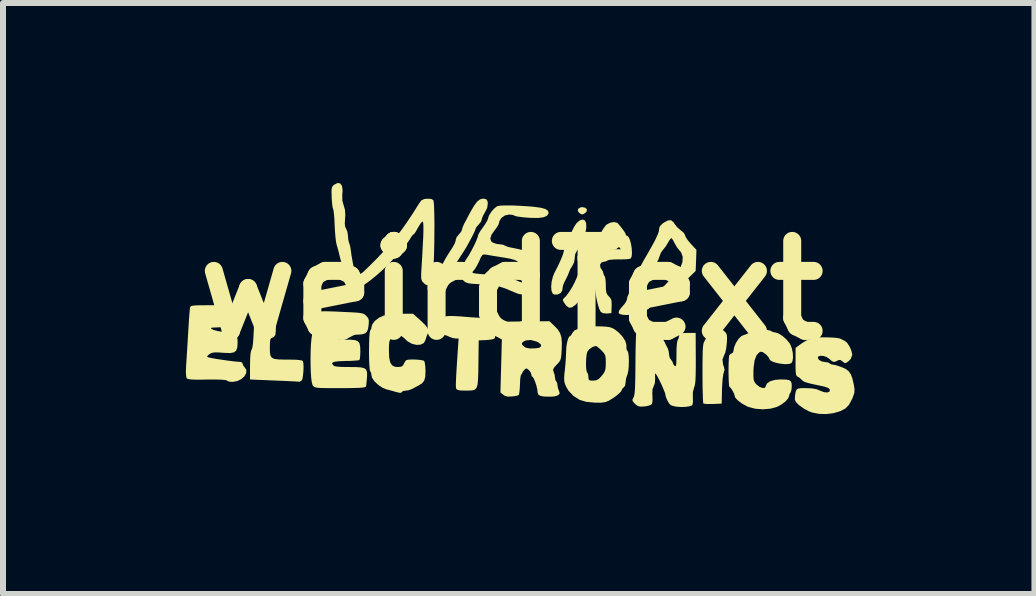
<source format=kicad_pcb>
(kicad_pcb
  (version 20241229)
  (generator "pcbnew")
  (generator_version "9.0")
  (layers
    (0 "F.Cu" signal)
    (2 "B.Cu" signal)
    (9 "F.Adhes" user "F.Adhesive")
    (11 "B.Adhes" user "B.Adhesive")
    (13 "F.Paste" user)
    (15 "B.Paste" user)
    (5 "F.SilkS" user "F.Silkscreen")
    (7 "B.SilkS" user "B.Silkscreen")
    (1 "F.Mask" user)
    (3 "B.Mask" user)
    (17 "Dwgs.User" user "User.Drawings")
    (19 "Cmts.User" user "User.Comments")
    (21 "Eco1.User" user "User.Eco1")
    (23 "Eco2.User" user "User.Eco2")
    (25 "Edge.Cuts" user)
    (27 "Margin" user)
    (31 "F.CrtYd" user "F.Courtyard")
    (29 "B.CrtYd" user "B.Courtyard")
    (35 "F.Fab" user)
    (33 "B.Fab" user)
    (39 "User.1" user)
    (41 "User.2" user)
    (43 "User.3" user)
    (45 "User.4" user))
  (footprint "weirdText"
    (layer "F.Cu")
    (at 5.479 1.788)
    (property "Reference" "weirdText" (at 0 0 0) (layer "F.SilkS") (effects (font (size 1.5 1.5) (thickness 0.3))))
    (attr board_only exclude_from_pos_files exclude_from_bom)
    (fp_poly (pts (xy 1.233 -1.373) (xy 1.257 -1.343) (xy 1.248 -1.307) (xy 1.229 -1.289) (xy 1.19 -1.265) (xy 1.16 -1.267) (xy 1.129 -1.287) (xy 1.103 -1.323) (xy 1.112 -1.358) (xy 1.15 -1.381) (xy 1.181 -1.385)) (stroke (width 0) (type solid)) (fill yes) (layer "F.SilkS"))
    (fp_poly (pts (xy 3.506 0.655) (xy 3.545 0.682) (xy 3.548 0.685) (xy 3.574 0.713) (xy 3.588 0.744) (xy 3.592 0.789) (xy 3.59 0.86) (xy 3.588 0.883) (xy 3.578 0.972) (xy 3.562 1.044) (xy 3.546 1.079) (xy 3.516 1.155) (xy 3.526 1.241) (xy 3.537 1.27) (xy 3.551 1.325) (xy 3.538 1.369) (xy 3.528 1.408) (xy 3.519 1.478) (xy 3.512 1.568) (xy 3.508 1.653) (xy 3.503 1.891) (xy 3.358 1.897) (xy 3.283 1.898) (xy 3.226 1.895) (xy 3.198 1.889) (xy 3.197 1.888) (xy 3.193 1.864) (xy 3.19 1.805) (xy 3.187 1.716) (xy 3.184 1.604) (xy 3.183 1.474) (xy 3.183 1.386) (xy 3.183 1.225) (xy 3.185 1.101) (xy 3.187 1.008) (xy 3.192 0.941) (xy 3.198 0.895) (xy 3.207 0.866) (xy 3.214 0.854) (xy 3.239 0.804) (xy 3.259 0.739) (xy 3.261 0.73) (xy 3.272 0.684) (xy 3.29 0.66) (xy 3.325 0.65) (xy 3.388 0.645) (xy 3.459 0.644)) (stroke (width 0) (type solid)) (fill yes) (layer "F.SilkS"))
    (fp_poly (pts (xy 1.224 -1.161) (xy 1.243 -1.117) (xy 1.246 -1.049) (xy 1.234 -0.973) (xy 1.21 -0.909) (xy 1.171 -0.83) (xy 1.145 -0.781) (xy 1.128 -0.755) (xy 1.117 -0.745) (xy 1.111 -0.744) (xy 1.099 -0.726) (xy 1.095 -0.694) (xy 1.088 -0.65) (xy 1.075 -0.63) (xy 1.061 -0.603) (xy 1.054 -0.552) (xy 1.054 -0.539) (xy 1.043 -0.467) (xy 1.016 -0.411) (xy 0.981 -0.356) (xy 0.962 -0.31) (xy 0.942 -0.259) (xy 0.912 -0.195) (xy 0.901 -0.176) (xy 0.874 -0.12) (xy 0.857 -0.077) (xy 0.855 -0.067) (xy 0.845 0.005) (xy 0.819 0.047) (xy 0.771 0.07) (xy 0.764 0.072) (xy 0.713 0.072) (xy 0.687 0.059) (xy 0.666 0.013) (xy 0.66 -0.058) (xy 0.668 -0.142) (xy 0.689 -0.227) (xy 0.712 -0.284) (xy 0.775 -0.408) (xy 0.823 -0.512) (xy 0.854 -0.59) (xy 0.868 -0.639) (xy 0.868 -0.644) (xy 0.877 -0.683) (xy 0.903 -0.753) (xy 0.944 -0.848) (xy 0.996 -0.962) (xy 1.041 -1.054) (xy 1.086 -1.121) (xy 1.137 -1.164) (xy 1.187 -1.178)) (stroke (width 0) (type solid)) (fill yes) (layer "F.SilkS"))
    (fp_poly (pts (xy -0.958 0.431) (xy -0.871 0.436) (xy -0.858 0.437) (xy -0.758 0.445) (xy -0.639 0.454) (xy -0.521 0.461) (xy -0.487 0.463) (xy -0.389 0.471) (xy -0.316 0.481) (xy -0.274 0.493) (xy -0.267 0.498) (xy -0.262 0.529) (xy -0.261 0.587) (xy -0.263 0.658) (xy -0.268 0.728) (xy -0.276 0.784) (xy -0.28 0.8) (xy -0.304 0.815) (xy -0.362 0.826) (xy -0.417 0.831) (xy -0.548 0.837) (xy -0.553 1.23) (xy -0.555 1.376) (xy -0.559 1.486) (xy -0.566 1.565) (xy -0.58 1.618) (xy -0.602 1.65) (xy -0.636 1.667) (xy -0.684 1.673) (xy -0.748 1.674) (xy -0.769 1.674) (xy -0.85 1.672) (xy -0.897 1.664) (xy -0.92 1.648) (xy -0.923 1.642) (xy -0.927 1.626) (xy -0.929 1.598) (xy -0.929 1.554) (xy -0.926 1.49) (xy -0.922 1.4) (xy -0.915 1.282) (xy -0.905 1.129) (xy -0.897 1.008) (xy -0.883 0.806) (xy -0.932 0.806) (xy -0.987 0.796) (xy -1.041 0.775) (xy -1.091 0.753) (xy -1.128 0.744) (xy -1.128 0.744) (xy -1.156 0.725) (xy -1.169 0.672) (xy -1.167 0.588) (xy -1.162 0.548) (xy -1.15 0.486) (xy -1.134 0.453) (xy -1.105 0.438) (xy -1.085 0.434) (xy -1.034 0.43)) (stroke (width 0) (type solid)) (fill yes) (layer "F.SilkS"))
    (fp_poly (pts (xy -4.048 0.218) (xy -3.987 0.235) (xy -3.957 0.255) (xy -3.948 0.288) (xy -3.94 0.351) (xy -3.934 0.434) (xy -3.93 0.525) (xy -3.93 0.614) (xy -3.932 0.689) (xy -3.938 0.741) (xy -3.939 0.747) (xy -3.965 0.78) (xy -3.989 0.792) (xy -4.01 0.802) (xy -4.023 0.824) (xy -4.028 0.869) (xy -4.03 0.944) (xy -4.03 0.958) (xy -4.029 1.035) (xy -4.02 1.089) (xy -3.999 1.124) (xy -3.958 1.145) (xy -3.892 1.154) (xy -3.795 1.157) (xy -3.723 1.157) (xy -3.608 1.159) (xy -3.532 1.165) (xy -3.489 1.175) (xy -3.479 1.183) (xy -3.471 1.22) (xy -3.468 1.283) (xy -3.471 1.358) (xy -3.478 1.429) (xy -3.488 1.484) (xy -3.497 1.503) (xy -3.529 1.524) (xy -3.542 1.526) (xy -3.569 1.524) (xy -3.631 1.52) (xy -3.719 1.516) (xy -3.826 1.511) (xy -3.906 1.508) (xy -4.025 1.503) (xy -4.133 1.498) (xy -4.222 1.495) (xy -4.283 1.492) (xy -4.304 1.491) (xy -4.361 1.488) (xy -4.361 1.254) (xy -4.358 1.132) (xy -4.351 1.047) (xy -4.34 1.001) (xy -4.336 0.996) (xy -4.323 0.963) (xy -4.312 0.892) (xy -4.304 0.789) (xy -4.297 0.657) (xy -4.294 0.5) (xy -4.293 0.42) (xy -4.292 0.336) (xy -4.287 0.283) (xy -4.277 0.252) (xy -4.258 0.234) (xy -4.245 0.226) (xy -4.192 0.212) (xy -4.121 0.209)) (stroke (width 0) (type solid)) (fill yes) (layer "F.SilkS"))
    (fp_poly (pts (xy 0.705 0.587) (xy 0.768 0.652) (xy 0.808 0.714) (xy 0.83 0.784) (xy 0.838 0.874) (xy 0.836 0.975) (xy 0.831 1.066) (xy 0.824 1.126) (xy 0.812 1.167) (xy 0.791 1.201) (xy 0.757 1.237) (xy 0.752 1.242) (xy 0.709 1.29) (xy 0.692 1.323) (xy 0.697 1.352) (xy 0.701 1.36) (xy 0.719 1.416) (xy 0.723 1.454) (xy 0.731 1.499) (xy 0.744 1.519) (xy 0.76 1.548) (xy 0.765 1.583) (xy 0.775 1.64) (xy 0.789 1.673) (xy 0.802 1.719) (xy 0.777 1.752) (xy 0.715 1.771) (xy 0.655 1.775) (xy 0.553 1.774) (xy 0.486 1.764) (xy 0.449 1.744) (xy 0.435 1.713) (xy 0.434 1.702) (xy 0.428 1.652) (xy 0.413 1.589) (xy 0.392 1.526) (xy 0.371 1.475) (xy 0.353 1.448) (xy 0.349 1.447) (xy 0.334 1.43) (xy 0.331 1.409) (xy 0.316 1.367) (xy 0.287 1.331) (xy 0.257 1.307) (xy 0.235 1.308) (xy 0.206 1.336) (xy 0.194 1.35) (xy 0.152 1.426) (xy 0.143 1.494) (xy 0.138 1.614) (xy 0.131 1.696) (xy 0.123 1.74) (xy 0.117 1.749) (xy 0.091 1.759) (xy 0.038 1.768) (xy 0.005 1.772) (xy -0.067 1.774) (xy -0.117 1.759) (xy -0.139 1.743) (xy -0.186 1.705) (xy -0.17 1.116) (xy -0.164 0.882) (xy 0.171 0.882) (xy 0.174 0.903) (xy 0.196 0.93) (xy 0.238 0.959) (xy 0.302 0.971) (xy 0.332 0.971) (xy 0.398 0.969) (xy 0.45 0.962) (xy 0.463 0.959) (xy 0.493 0.934) (xy 0.487 0.903) (xy 0.446 0.87) (xy 0.421 0.858) (xy 0.322 0.83) (xy 0.239 0.837) (xy 0.198 0.858) (xy 0.171 0.882) (xy -0.164 0.882) (xy -0.155 0.527) (xy 0.238 0.522) (xy 0.63 0.517)) (stroke (width 0) (type solid)) (fill yes) (layer "F.SilkS"))
    (fp_poly (pts (xy -1.513 0.509) (xy -1.441 0.579) (xy -1.4 0.633) (xy -1.387 0.679) (xy -1.397 0.725) (xy -1.404 0.739) (xy -1.423 0.787) (xy -1.435 0.83) (xy -1.463 0.881) (xy -1.516 0.908) (xy -1.585 0.912) (xy -1.66 0.894) (xy -1.733 0.854) (xy -1.794 0.796) (xy -1.851 0.753) (xy -1.917 0.746) (xy -1.982 0.774) (xy -2.001 0.792) (xy -2.024 0.821) (xy -2.037 0.857) (xy -2.044 0.911) (xy -2.045 0.993) (xy -2.045 1.014) (xy -2.04 1.127) (xy -2.023 1.205) (xy -1.992 1.253) (xy -1.944 1.277) (xy -1.892 1.281) (xy -1.838 1.275) (xy -1.808 1.252) (xy -1.799 1.232) (xy -1.775 1.188) (xy -1.755 1.166) (xy -1.718 1.158) (xy -1.657 1.155) (xy -1.586 1.157) (xy -1.519 1.163) (xy -1.471 1.173) (xy -1.457 1.18) (xy -1.447 1.21) (xy -1.439 1.268) (xy -1.435 1.343) (xy -1.435 1.347) (xy -1.439 1.443) (xy -1.457 1.509) (xy -1.495 1.555) (xy -1.557 1.593) (xy -1.56 1.594) (xy -1.61 1.62) (xy -1.653 1.644) (xy -1.713 1.667) (xy -1.761 1.674) (xy -1.806 1.681) (xy -1.829 1.695) (xy -1.84 1.709) (xy -1.858 1.712) (xy -1.894 1.705) (xy -1.943 1.692) (xy -2.017 1.671) (xy -2.088 1.653) (xy -2.159 1.623) (xy -2.229 1.574) (xy -2.288 1.517) (xy -2.327 1.459) (xy -2.335 1.424) (xy -2.342 1.377) (xy -2.356 1.354) (xy -2.364 1.329) (xy -2.37 1.267) (xy -2.375 1.175) (xy -2.377 1.057) (xy -2.377 1.013) (xy -2.375 0.887) (xy -2.372 0.785) (xy -2.366 0.713) (xy -2.359 0.676) (xy -2.356 0.672) (xy -2.34 0.643) (xy -2.335 0.612) (xy -2.321 0.568) (xy -2.285 0.519) (xy -2.279 0.512) (xy -2.211 0.459) (xy -2.133 0.424) (xy -2.037 0.402) (xy -1.913 0.393) (xy -1.852 0.393) (xy -1.642 0.393)) (stroke (width 0) (type solid)) (fill yes) (layer "F.SilkS"))
    (fp_poly (pts (xy -3.021 0.353) (xy -2.895 0.358) (xy -2.813 0.362) (xy -2.686 0.368) (xy -2.595 0.373) (xy -2.531 0.379) (xy -2.488 0.388) (xy -2.458 0.399) (xy -2.436 0.415) (xy -2.422 0.428) (xy -2.392 0.463) (xy -2.38 0.501) (xy -2.381 0.556) (xy -2.384 0.586) (xy -2.394 0.649) (xy -2.412 0.693) (xy -2.443 0.721) (xy -2.495 0.736) (xy -2.574 0.742) (xy -2.688 0.741) (xy -2.701 0.741) (xy -2.796 0.74) (xy -2.874 0.741) (xy -2.928 0.745) (xy -2.947 0.75) (xy -2.947 0.774) (xy -2.934 0.797) (xy -2.896 0.819) (xy -2.827 0.827) (xy -2.802 0.826) (xy -2.689 0.825) (xy -2.612 0.832) (xy -2.563 0.851) (xy -2.535 0.887) (xy -2.524 0.945) (xy -2.521 1.023) (xy -2.524 1.093) (xy -2.53 1.144) (xy -2.538 1.165) (xy -2.565 1.17) (xy -2.623 1.175) (xy -2.704 1.179) (xy -2.766 1.18) (xy -2.874 1.184) (xy -2.944 1.192) (xy -2.982 1.204) (xy -2.992 1.222) (xy -2.978 1.249) (xy -2.975 1.251) (xy -2.954 1.265) (xy -2.913 1.274) (xy -2.845 1.279) (xy -2.744 1.281) (xy -2.706 1.281) (xy -2.588 1.282) (xy -2.506 1.288) (xy -2.453 1.302) (xy -2.423 1.327) (xy -2.41 1.368) (xy -2.409 1.428) (xy -2.411 1.46) (xy -2.417 1.53) (xy -2.423 1.585) (xy -2.428 1.607) (xy -2.442 1.616) (xy -2.479 1.623) (xy -2.543 1.628) (xy -2.639 1.631) (xy -2.769 1.633) (xy -2.861 1.633) (xy -3.003 1.633) (xy -3.11 1.632) (xy -3.187 1.63) (xy -3.239 1.626) (xy -3.273 1.619) (xy -3.294 1.61) (xy -3.308 1.597) (xy -3.316 1.587) (xy -3.329 1.546) (xy -3.34 1.472) (xy -3.347 1.374) (xy -3.351 1.26) (xy -3.352 1.138) (xy -3.35 1.016) (xy -3.345 0.903) (xy -3.336 0.807) (xy -3.325 0.737) (xy -3.313 0.703) (xy -3.291 0.65) (xy -3.273 0.569) (xy -3.266 0.507) (xy -3.263 0.453) (xy -3.257 0.412) (xy -3.245 0.383) (xy -3.22 0.364) (xy -3.178 0.354) (xy -3.114 0.351)) (stroke (width 0) (type solid)) (fill yes) (layer "F.SilkS"))
    (fp_poly (pts (xy 4.256 0.662) (xy 4.311 0.673) (xy 4.329 0.683) (xy 4.364 0.7) (xy 4.391 0.703) (xy 4.447 0.72) (xy 4.514 0.761) (xy 4.58 0.819) (xy 4.634 0.883) (xy 4.644 0.9) (xy 4.672 0.967) (xy 4.688 1.045) (xy 4.692 1.122) (xy 4.683 1.184) (xy 4.666 1.215) (xy 4.624 1.23) (xy 4.56 1.233) (xy 4.486 1.226) (xy 4.411 1.211) (xy 4.348 1.19) (xy 4.308 1.165) (xy 4.299 1.146) (xy 4.284 1.117) (xy 4.248 1.077) (xy 4.235 1.066) (xy 4.188 1.032) (xy 4.153 1.026) (xy 4.132 1.034) (xy 4.085 1.083) (xy 4.052 1.168) (xy 4.035 1.291) (xy 4.032 1.353) (xy 4.032 1.437) (xy 4.036 1.491) (xy 4.049 1.528) (xy 4.072 1.56) (xy 4.085 1.574) (xy 4.133 1.611) (xy 4.181 1.63) (xy 4.22 1.629) (xy 4.237 1.606) (xy 4.237 1.603) (xy 4.256 1.557) (xy 4.309 1.519) (xy 4.388 1.496) (xy 4.476 1.488) (xy 4.566 1.49) (xy 4.624 1.498) (xy 4.655 1.518) (xy 4.668 1.552) (xy 4.671 1.603) (xy 4.666 1.66) (xy 4.655 1.699) (xy 4.65 1.705) (xy 4.633 1.734) (xy 4.629 1.757) (xy 4.611 1.804) (xy 4.563 1.858) (xy 4.493 1.91) (xy 4.426 1.945) (xy 4.318 1.975) (xy 4.19 1.986) (xy 4.061 1.976) (xy 3.947 1.946) (xy 3.92 1.934) (xy 3.837 1.887) (xy 3.771 1.837) (xy 3.73 1.792) (xy 3.72 1.765) (xy 3.711 1.73) (xy 3.688 1.683) (xy 3.66 1.639) (xy 3.637 1.614) (xy 3.632 1.612) (xy 3.626 1.593) (xy 3.622 1.542) (xy 3.619 1.469) (xy 3.617 1.382) (xy 3.617 1.292) (xy 3.619 1.208) (xy 3.622 1.139) (xy 3.627 1.094) (xy 3.629 1.087) (xy 3.655 1.058) (xy 3.671 1.054) (xy 3.693 1.037) (xy 3.699 1.009) (xy 3.712 0.945) (xy 3.743 0.874) (xy 3.785 0.81) (xy 3.829 0.767) (xy 3.842 0.76) (xy 3.924 0.728) (xy 4.011 0.695) (xy 4.049 0.68) (xy 4.11 0.666) (xy 4.185 0.66)) (stroke (width 0) (type solid)) (fill yes) (layer "F.SilkS"))
    (fp_poly (pts (xy -4.84 0.251) (xy -4.726 0.253) (xy -4.643 0.26) (xy -4.587 0.27) (xy -4.552 0.287) (xy -4.534 0.31) (xy -4.527 0.341) (xy -4.526 0.361) (xy -4.519 0.424) (xy -4.501 0.474) (xy -4.5 0.476) (xy -4.483 0.52) (xy -4.495 0.554) (xy -4.54 0.578) (xy -4.62 0.596) (xy -4.704 0.605) (xy -4.796 0.613) (xy -4.881 0.619) (xy -4.945 0.622) (xy -4.958 0.622) (xy -5.003 0.626) (xy -5.01 0.639) (xy -5.006 0.644) (xy -4.967 0.664) (xy -4.899 0.682) (xy -4.814 0.695) (xy -4.723 0.702) (xy -4.711 0.702) (xy -4.649 0.707) (xy -4.602 0.721) (xy -4.592 0.727) (xy -4.579 0.761) (xy -4.57 0.82) (xy -4.567 0.869) (xy -4.572 0.951) (xy -4.59 1.005) (xy -4.627 1.036) (xy -4.691 1.048) (xy -4.787 1.045) (xy -4.813 1.043) (xy -4.902 1.037) (xy -4.962 1.038) (xy -5.003 1.047) (xy -5.034 1.063) (xy -5.067 1.091) (xy -5.075 1.112) (xy -5.074 1.113) (xy -5.048 1.122) (xy -4.99 1.134) (xy -4.909 1.148) (xy -4.814 1.162) (xy -4.714 1.176) (xy -4.619 1.188) (xy -4.536 1.195) (xy -4.511 1.197) (xy -4.487 1.215) (xy -4.485 1.227) (xy -4.47 1.263) (xy -4.454 1.281) (xy -4.422 1.329) (xy -4.424 1.382) (xy -4.454 1.436) (xy -4.507 1.483) (xy -4.576 1.516) (xy -4.657 1.529) (xy -4.659 1.529) (xy -4.711 1.524) (xy -4.743 1.509) (xy -4.744 1.507) (xy -4.771 1.498) (xy -4.839 1.492) (xy -4.946 1.489) (xy -5.078 1.49) (xy -5.204 1.492) (xy -5.296 1.491) (xy -5.357 1.487) (xy -5.395 1.48) (xy -5.415 1.47) (xy -5.418 1.466) (xy -5.426 1.431) (xy -5.43 1.366) (xy -5.427 1.282) (xy -5.427 1.271) (xy -5.422 1.195) (xy -5.415 1.088) (xy -5.407 0.961) (xy -5.399 0.826) (xy -5.393 0.723) (xy -5.385 0.599) (xy -5.378 0.486) (xy -5.371 0.393) (xy -5.365 0.327) (xy -5.362 0.296) (xy -5.357 0.28) (xy -5.347 0.268) (xy -5.326 0.26) (xy -5.287 0.255) (xy -5.225 0.252) (xy -5.134 0.251) (xy -5.009 0.25) (xy -4.99 0.25)) (stroke (width 0) (type solid)) (fill yes) (layer "F.SilkS"))
    (fp_poly (pts (xy 1.4 0.602) (xy 1.508 0.604) (xy 1.584 0.609) (xy 1.637 0.617) (xy 1.678 0.631) (xy 1.716 0.652) (xy 1.721 0.654) (xy 1.793 0.712) (xy 1.855 0.781) (xy 1.898 0.852) (xy 1.915 0.915) (xy 1.914 0.933) (xy 1.916 0.987) (xy 1.932 1.012) (xy 1.945 1.044) (xy 1.953 1.106) (xy 1.956 1.184) (xy 1.953 1.268) (xy 1.946 1.345) (xy 1.933 1.403) (xy 1.926 1.42) (xy 1.909 1.472) (xy 1.901 1.536) (xy 1.901 1.536) (xy 1.892 1.594) (xy 1.87 1.62) (xy 1.843 1.646) (xy 1.839 1.661) (xy 1.823 1.691) (xy 1.779 1.734) (xy 1.716 1.783) (xy 1.642 1.83) (xy 1.617 1.845) (xy 1.562 1.866) (xy 1.489 1.876) (xy 1.392 1.875) (xy 1.263 1.863) (xy 1.248 1.862) (xy 1.136 1.829) (xy 1.032 1.764) (xy 0.947 1.673) (xy 0.911 1.611) (xy 0.89 1.563) (xy 0.879 1.52) (xy 0.876 1.47) (xy 0.88 1.4) (xy 0.888 1.332) (xy 0.898 1.23) (xy 0.899 1.215) (xy 1.241 1.215) (xy 1.242 1.288) (xy 1.249 1.345) (xy 1.26 1.374) (xy 1.261 1.374) (xy 1.276 1.402) (xy 1.281 1.448) (xy 1.285 1.488) (xy 1.304 1.505) (xy 1.351 1.508) (xy 1.359 1.508) (xy 1.412 1.502) (xy 1.455 1.479) (xy 1.502 1.429) (xy 1.504 1.427) (xy 1.541 1.378) (xy 1.561 1.334) (xy 1.569 1.278) (xy 1.571 1.211) (xy 1.569 1.136) (xy 1.561 1.087) (xy 1.54 1.049) (xy 1.502 1.007) (xy 1.498 1.003) (xy 1.452 0.961) (xy 1.417 0.934) (xy 1.406 0.93) (xy 1.35 0.946) (xy 1.295 0.984) (xy 1.263 1.026) (xy 1.251 1.072) (xy 1.244 1.139) (xy 1.241 1.215) (xy 0.899 1.215) (xy 0.905 1.126) (xy 0.909 1.04) (xy 0.909 1.024) (xy 0.914 0.941) (xy 0.927 0.864) (xy 0.945 0.803) (xy 0.966 0.769) (xy 0.976 0.765) (xy 0.995 0.748) (xy 1.012 0.715) (xy 1.05 0.669) (xy 1.094 0.651) (xy 1.138 0.636) (xy 1.157 0.618) (xy 1.157 0.617) (xy 1.177 0.609) (xy 1.232 0.604) (xy 1.317 0.601)) (stroke (width 0) (type solid)) (fill yes) (layer "F.SilkS"))
    (fp_poly (pts (xy 2.45 0.716) (xy 2.5 0.78) (xy 2.543 0.849) (xy 2.551 0.864) (xy 2.579 0.922) (xy 2.603 0.969) (xy 2.606 0.976) (xy 2.62 1.024) (xy 2.625 1.072) (xy 2.635 1.124) (xy 2.656 1.157) (xy 2.682 1.191) (xy 2.687 1.209) (xy 2.701 1.243) (xy 2.718 1.261) (xy 2.732 1.268) (xy 2.741 1.257) (xy 2.746 1.223) (xy 2.748 1.16) (xy 2.749 1.071) (xy 2.75 0.98) (xy 2.755 0.904) (xy 2.762 0.852) (xy 2.768 0.836) (xy 2.785 0.802) (xy 2.793 0.765) (xy 2.8 0.737) (xy 2.816 0.721) (xy 2.853 0.715) (xy 2.918 0.713) (xy 2.935 0.713) (xy 3.069 0.713) (xy 3.071 1.137) (xy 3.071 1.29) (xy 3.069 1.408) (xy 3.066 1.495) (xy 3.06 1.557) (xy 3.051 1.599) (xy 3.043 1.621) (xy 3.022 1.7) (xy 3.022 1.791) (xy 3.024 1.863) (xy 3.016 1.909) (xy 3.009 1.92) (xy 2.969 1.935) (xy 2.902 1.945) (xy 2.825 1.948) (xy 2.751 1.942) (xy 2.747 1.942) (xy 2.691 1.93) (xy 2.653 1.916) (xy 2.651 1.915) (xy 2.623 1.883) (xy 2.593 1.83) (xy 2.57 1.773) (xy 2.564 1.738) (xy 2.556 1.708) (xy 2.534 1.654) (xy 2.505 1.586) (xy 2.471 1.515) (xy 2.439 1.451) (xy 2.412 1.405) (xy 2.397 1.386) (xy 2.397 1.386) (xy 2.392 1.403) (xy 2.392 1.448) (xy 2.394 1.468) (xy 2.389 1.55) (xy 2.37 1.599) (xy 2.349 1.653) (xy 2.346 1.73) (xy 2.348 1.759) (xy 2.35 1.827) (xy 2.345 1.88) (xy 2.339 1.899) (xy 2.308 1.918) (xy 2.252 1.933) (xy 2.215 1.938) (xy 2.149 1.941) (xy 2.106 1.932) (xy 2.069 1.905) (xy 2.056 1.893) (xy 2.021 1.854) (xy 2.014 1.827) (xy 2.03 1.794) (xy 2.032 1.791) (xy 2.041 1.769) (xy 2.049 1.731) (xy 2.055 1.675) (xy 2.059 1.595) (xy 2.062 1.485) (xy 2.064 1.342) (xy 2.065 1.234) (xy 2.066 1.091) (xy 2.068 0.962) (xy 2.071 0.851) (xy 2.074 0.766) (xy 2.077 0.711) (xy 2.079 0.695) (xy 2.107 0.676) (xy 2.174 0.662) (xy 2.238 0.655) (xy 2.387 0.643)) (stroke (width 0) (type solid)) (fill yes) (layer "F.SilkS"))
    (fp_poly (pts (xy 5.327 0.789) (xy 5.405 0.794) (xy 5.462 0.803) (xy 5.482 0.809) (xy 5.531 0.834) (xy 5.559 0.847) (xy 5.597 0.881) (xy 5.635 0.94) (xy 5.665 1.008) (xy 5.679 1.069) (xy 5.678 1.083) (xy 5.654 1.147) (xy 5.617 1.185) (xy 5.577 1.212) (xy 5.552 1.214) (xy 5.522 1.192) (xy 5.517 1.188) (xy 5.48 1.162) (xy 5.446 1.167) (xy 5.435 1.174) (xy 5.386 1.196) (xy 5.345 1.187) (xy 5.299 1.147) (xy 5.255 1.115) (xy 5.201 1.097) (xy 5.15 1.093) (xy 5.114 1.105) (xy 5.105 1.126) (xy 5.123 1.161) (xy 5.171 1.188) (xy 5.234 1.199) (xy 5.237 1.199) (xy 5.281 1.206) (xy 5.301 1.219) (xy 5.33 1.237) (xy 5.352 1.24) (xy 5.392 1.247) (xy 5.454 1.266) (xy 5.506 1.284) (xy 5.573 1.315) (xy 5.621 1.352) (xy 5.657 1.404) (xy 5.684 1.478) (xy 5.707 1.583) (xy 5.717 1.643) (xy 5.714 1.715) (xy 5.681 1.807) (xy 5.625 1.911) (xy 5.566 1.972) (xy 5.478 2.018) (xy 5.368 2.05) (xy 5.248 2.065) (xy 5.125 2.062) (xy 5.009 2.039) (xy 4.95 2.016) (xy 4.876 1.976) (xy 4.806 1.927) (xy 4.78 1.906) (xy 4.738 1.861) (xy 4.722 1.821) (xy 4.725 1.767) (xy 4.725 1.764) (xy 4.735 1.699) (xy 4.749 1.66) (xy 4.777 1.64) (xy 4.827 1.633) (xy 4.907 1.633) (xy 5.009 1.637) (xy 5.085 1.651) (xy 5.145 1.676) (xy 5.211 1.701) (xy 5.266 1.705) (xy 5.301 1.689) (xy 5.307 1.658) (xy 5.283 1.632) (xy 5.22 1.609) (xy 5.177 1.599) (xy 5.058 1.574) (xy 4.973 1.555) (xy 4.915 1.539) (xy 4.877 1.525) (xy 4.854 1.511) (xy 4.837 1.494) (xy 4.837 1.494) (xy 4.797 1.457) (xy 4.769 1.441) (xy 4.753 1.43) (xy 4.743 1.408) (xy 4.737 1.366) (xy 4.734 1.297) (xy 4.734 1.195) (xy 4.734 1.194) (xy 4.735 0.961) (xy 4.827 0.894) (xy 4.884 0.856) (xy 4.93 0.832) (xy 4.949 0.827) (xy 4.984 0.814) (xy 4.991 0.806) (xy 5.017 0.796) (xy 5.074 0.79) (xy 5.151 0.786) (xy 5.239 0.786)) (stroke (width 0) (type solid)) (fill yes) (layer "F.SilkS"))
    (fp_poly (pts (xy 1.76 -1.124) (xy 1.776 -1.111) (xy 1.839 -1.033) (xy 1.878 -0.98) (xy 1.897 -0.948) (xy 1.901 -0.932) (xy 1.915 -0.91) (xy 1.922 -0.909) (xy 1.948 -0.891) (xy 1.972 -0.841) (xy 1.991 -0.773) (xy 2.003 -0.696) (xy 2.007 -0.623) (xy 2.002 -0.563) (xy 1.984 -0.527) (xy 1.982 -0.526) (xy 1.951 -0.519) (xy 1.891 -0.515) (xy 1.812 -0.513) (xy 1.786 -0.514) (xy 1.706 -0.512) (xy 1.642 -0.507) (xy 1.606 -0.499) (xy 1.602 -0.496) (xy 1.573 -0.48) (xy 1.54 -0.475) (xy 1.495 -0.459) (xy 1.474 -0.421) (xy 1.483 -0.373) (xy 1.497 -0.353) (xy 1.523 -0.311) (xy 1.529 -0.284) (xy 1.541 -0.247) (xy 1.55 -0.238) (xy 1.56 -0.212) (xy 1.568 -0.157) (xy 1.571 -0.085) (xy 1.573 -0.007) (xy 1.581 0.044) (xy 1.599 0.078) (xy 1.621 0.102) (xy 1.651 0.137) (xy 1.666 0.177) (xy 1.669 0.238) (xy 1.668 0.266) (xy 1.664 0.382) (xy 1.59 0.389) (xy 1.521 0.383) (xy 1.486 0.36) (xy 1.461 0.311) (xy 1.436 0.23) (xy 1.413 0.125) (xy 1.394 0.006) (xy 1.388 -0.046) (xy 1.375 -0.142) (xy 1.357 -0.197) (xy 1.333 -0.214) (xy 1.304 -0.193) (xy 1.283 -0.163) (xy 1.255 -0.106) (xy 1.241 -0.057) (xy 1.24 -0.05) (xy 1.226 -0.007) (xy 1.191 0.039) (xy 1.188 0.041) (xy 1.153 0.088) (xy 1.137 0.134) (xy 1.137 0.136) (xy 1.121 0.179) (xy 1.079 0.231) (xy 1.063 0.246) (xy 1.005 0.287) (xy 0.957 0.292) (xy 0.913 0.26) (xy 0.879 0.214) (xy 0.856 0.173) (xy 0.858 0.149) (xy 0.871 0.136) (xy 0.912 0.094) (xy 0.961 0.027) (xy 1.011 -0.052) (xy 1.052 -0.131) (xy 1.067 -0.165) (xy 1.098 -0.235) (xy 1.132 -0.297) (xy 1.143 -0.314) (xy 1.169 -0.353) (xy 1.17 -0.38) (xy 1.147 -0.415) (xy 1.139 -0.425) (xy 1.101 -0.496) (xy 1.097 -0.56) (xy 1.125 -0.61) (xy 1.183 -0.637) (xy 1.218 -0.641) (xy 1.305 -0.647) (xy 1.353 -0.667) (xy 1.364 -0.689) (xy 1.366 -0.695) (xy 1.586 -0.695) (xy 1.591 -0.69) (xy 1.629 -0.686) (xy 1.691 -0.684) (xy 1.822 -0.682) (xy 1.779 -0.736) (xy 1.749 -0.785) (xy 1.736 -0.827) (xy 1.736 -0.828) (xy 1.726 -0.872) (xy 1.702 -0.885) (xy 1.672 -0.87) (xy 1.643 -0.832) (xy 1.624 -0.776) (xy 1.608 -0.726) (xy 1.588 -0.697) (xy 1.586 -0.695) (xy 1.366 -0.695) (xy 1.375 -0.73) (xy 1.402 -0.795) (xy 1.441 -0.872) (xy 1.485 -0.952) (xy 1.528 -1.023) (xy 1.565 -1.075) (xy 1.582 -1.092) (xy 1.643 -1.125) (xy 1.707 -1.136)) (stroke (width 0) (type solid)) (fill yes) (layer "F.SilkS"))
    (fp_poly (pts (xy 0.025 -1.412) (xy 0.151 -1.406) (xy 0.284 -1.398) (xy 0.367 -1.391) (xy 0.485 -1.375) (xy 0.565 -1.353) (xy 0.608 -1.324) (xy 0.617 -1.286) (xy 0.613 -1.272) (xy 0.585 -1.237) (xy 0.529 -1.215) (xy 0.443 -1.204) (xy 0.322 -1.206) (xy 0.279 -1.208) (xy 0.19 -1.216) (xy 0.115 -1.225) (xy 0.066 -1.235) (xy 0.053 -1.241) (xy 0.02 -1.254) (xy -0.033 -1.261) (xy -0.042 -1.261) (xy -0.111 -1.246) (xy -0.168 -1.207) (xy -0.202 -1.155) (xy -0.207 -1.129) (xy -0.219 -1.093) (xy -0.251 -1.04) (xy -0.279 -1.004) (xy -0.335 -0.924) (xy -0.355 -0.862) (xy -0.341 -0.816) (xy -0.31 -0.792) (xy -0.25 -0.772) (xy -0.195 -0.765) (xy -0.144 -0.758) (xy -0.111 -0.744) (xy -0.081 -0.729) (xy -0.023 -0.713) (xy 0.043 -0.7) (xy 0.144 -0.679) (xy 0.211 -0.655) (xy 0.249 -0.622) (xy 0.264 -0.575) (xy 0.265 -0.521) (xy 0.258 -0.46) (xy 0.244 -0.43) (xy 0.216 -0.418) (xy 0.212 -0.417) (xy 0.16 -0.429) (xy 0.119 -0.461) (xy 0.09 -0.486) (xy 0.048 -0.505) (xy -0.014 -0.523) (xy -0.106 -0.54) (xy -0.145 -0.546) (xy -0.242 -0.562) (xy -0.33 -0.576) (xy -0.398 -0.588) (xy -0.425 -0.592) (xy -0.463 -0.596) (xy -0.487 -0.585) (xy -0.51 -0.552) (xy -0.536 -0.493) (xy -0.57 -0.423) (xy -0.605 -0.363) (xy -0.624 -0.338) (xy -0.651 -0.306) (xy -0.65 -0.291) (xy -0.627 -0.282) (xy -0.592 -0.277) (xy -0.526 -0.27) (xy -0.437 -0.264) (xy -0.341 -0.258) (xy -0.23 -0.251) (xy -0.149 -0.242) (xy -0.084 -0.229) (xy -0.024 -0.209) (xy 0.043 -0.18) (xy 0.057 -0.174) (xy 0.137 -0.14) (xy 0.211 -0.115) (xy 0.264 -0.104) (xy 0.27 -0.103) (xy 0.33 -0.096) (xy 0.373 -0.082) (xy 0.403 -0.048) (xy 0.413 -0.000197) (xy 0.401 0.042) (xy 0.389 0.054) (xy 0.348 0.066) (xy 0.282 0.072) (xy 0.208 0.073) (xy 0.141 0.067) (xy 0.106 0.059) (xy 0.05 0.037) (xy -0.008 0.012) (xy -0.111 -0.031) (xy -0.201 -0.06) (xy -0.291 -0.079) (xy -0.397 -0.091) (xy -0.504 -0.098) (xy -0.611 -0.104) (xy -0.685 -0.11) (xy -0.734 -0.119) (xy -0.767 -0.132) (xy -0.793 -0.151) (xy -0.803 -0.16) (xy -0.839 -0.224) (xy -0.844 -0.308) (xy -0.819 -0.404) (xy -0.764 -0.505) (xy -0.754 -0.519) (xy -0.712 -0.584) (xy -0.667 -0.664) (xy -0.624 -0.747) (xy -0.588 -0.825) (xy -0.565 -0.886) (xy -0.558 -0.916) (xy -0.546 -0.944) (xy -0.516 -0.994) (xy -0.475 -1.051) (xy -0.433 -1.113) (xy -0.403 -1.165) (xy -0.392 -1.196) (xy -0.377 -1.244) (xy -0.34 -1.304) (xy -0.292 -1.359) (xy -0.245 -1.397) (xy -0.227 -1.404) (xy -0.173 -1.411) (xy -0.086 -1.413)) (stroke (width 0) (type solid)) (fill yes) (layer "F.SilkS"))
    (fp_poly (pts (xy 2.7 -1.133) (xy 2.722 -1.099) (xy 2.763 -1.048) (xy 2.818 -1) (xy 2.825 -0.995) (xy 2.869 -0.958) (xy 2.892 -0.92) (xy 2.893 -0.913) (xy 2.907 -0.879) (xy 2.942 -0.828) (xy 2.988 -0.773) (xy 3.082 -0.672) (xy 3.076 -0.496) (xy 3.069 -0.32) (xy 2.876 -0.134) (xy 2.801 -0.063) (xy 2.735 -0.001) (xy 2.684 0.044) (xy 2.656 0.067) (xy 2.654 0.068) (xy 2.628 0.096) (xy 2.625 0.11) (xy 2.612 0.14) (xy 2.58 0.183) (xy 2.572 0.191) (xy 2.532 0.227) (xy 2.485 0.244) (xy 2.416 0.248) (xy 2.415 0.248) (xy 2.351 0.251) (xy 2.316 0.262) (xy 2.301 0.285) (xy 2.301 0.287) (xy 2.283 0.313) (xy 2.241 0.332) (xy 2.165 0.349) (xy 2.164 0.349) (xy 2.094 0.364) (xy 2.04 0.381) (xy 2.017 0.392) (xy 1.981 0.408) (xy 1.924 0.414) (xy 1.862 0.411) (xy 1.81 0.4) (xy 1.784 0.381) (xy 1.791 0.344) (xy 1.83 0.29) (xy 1.847 0.272) (xy 1.89 0.221) (xy 1.917 0.175) (xy 1.922 0.157) (xy 1.931 0.112) (xy 1.943 0.084) (xy 2.149 0.084) (xy 2.152 0.107) (xy 2.166 0.109) (xy 2.2 0.091) (xy 2.229 0.072) (xy 2.297 0.036) (xy 2.352 0.03) (xy 2.362 0.032) (xy 2.407 0.029) (xy 2.463 -0.001) (xy 2.534 -0.06) (xy 2.622 -0.152) (xy 2.633 -0.165) (xy 2.688 -0.225) (xy 2.744 -0.285) (xy 2.756 -0.297) (xy 2.816 -0.381) (xy 2.849 -0.47) (xy 2.853 -0.557) (xy 2.826 -0.631) (xy 2.803 -0.659) (xy 2.762 -0.708) (xy 2.724 -0.772) (xy 2.717 -0.786) (xy 2.691 -0.836) (xy 2.669 -0.865) (xy 2.663 -0.868) (xy 2.644 -0.851) (xy 2.617 -0.809) (xy 2.607 -0.791) (xy 2.571 -0.731) (xy 2.532 -0.682) (xy 2.525 -0.675) (xy 2.49 -0.626) (xy 2.469 -0.571) (xy 2.449 -0.514) (xy 2.414 -0.447) (xy 2.398 -0.424) (xy 2.36 -0.363) (xy 2.332 -0.307) (xy 2.325 -0.289) (xy 2.303 -0.237) (xy 2.284 -0.207) (xy 2.262 -0.17) (xy 2.235 -0.111) (xy 2.221 -0.077) (xy 2.197 -0.018) (xy 2.176 0.023) (xy 2.167 0.033) (xy 2.152 0.06) (xy 2.149 0.084) (xy 1.943 0.084) (xy 1.951 0.065) (xy 1.975 0.01) (xy 1.999 -0.06) (xy 2.005 -0.082) (xy 2.029 -0.151) (xy 2.059 -0.211) (xy 2.069 -0.225) (xy 2.097 -0.269) (xy 2.108 -0.303) (xy 2.118 -0.333) (xy 2.144 -0.389) (xy 2.182 -0.459) (xy 2.194 -0.481) (xy 2.274 -0.62) (xy 2.334 -0.726) (xy 2.376 -0.802) (xy 2.401 -0.851) (xy 2.409 -0.868) (xy 2.429 -0.913) (xy 2.44 -0.935) (xy 2.456 -0.984) (xy 2.459 -1.022) (xy 2.473 -1.067) (xy 2.518 -1.112) (xy 2.542 -1.128) (xy 2.609 -1.164) (xy 2.659 -1.166)) (stroke (width 0) (type solid)) (fill yes) (layer "F.SilkS"))
    (fp_poly (pts (xy -2.854 -1.778) (xy -2.826 -1.735) (xy -2.817 -1.662) (xy -2.823 -1.593) (xy -2.821 -1.489) (xy -2.8 -1.417) (xy -2.777 -1.337) (xy -2.772 -1.25) (xy -2.776 -1.193) (xy -2.781 -1.11) (xy -2.774 -1.056) (xy -2.758 -1.024) (xy -2.738 -0.977) (xy -2.728 -0.914) (xy -2.728 -0.904) (xy -2.723 -0.842) (xy -2.711 -0.792) (xy -2.708 -0.787) (xy -2.694 -0.743) (xy -2.682 -0.68) (xy -2.679 -0.659) (xy -2.67 -0.588) (xy -2.654 -0.495) (xy -2.636 -0.4) (xy -2.618 -0.319) (xy -2.612 -0.294) (xy -2.587 -0.26) (xy -2.544 -0.259) (xy -2.489 -0.29) (xy -2.473 -0.304) (xy -2.362 -0.411) (xy -2.257 -0.516) (xy -2.166 -0.612) (xy -2.103 -0.683) (xy -2.049 -0.747) (xy -1.982 -0.825) (xy -1.921 -0.896) (xy -1.843 -0.994) (xy -1.75 -1.124) (xy -1.645 -1.282) (xy -1.539 -1.451) (xy -1.503 -1.498) (xy -1.458 -1.519) (xy -1.414 -1.525) (xy -1.342 -1.522) (xy -1.305 -1.502) (xy -1.298 -1.473) (xy -1.293 -1.411) (xy -1.29 -1.32) (xy -1.287 -1.208) (xy -1.286 -1.081) (xy -1.287 -0.946) (xy -1.288 -0.81) (xy -1.291 -0.679) (xy -1.294 -0.56) (xy -1.299 -0.459) (xy -1.305 -0.384) (xy -1.312 -0.342) (xy -1.329 -0.281) (xy -1.241 -0.35) (xy -1.186 -0.4) (xy -1.144 -0.451) (xy -1.13 -0.473) (xy -1.105 -0.522) (xy -1.067 -0.585) (xy -1.045 -0.62) (xy -0.986 -0.711) (xy -0.949 -0.777) (xy -0.932 -0.825) (xy -0.93 -0.846) (xy -0.916 -0.884) (xy -0.881 -0.927) (xy -0.878 -0.93) (xy -0.843 -0.972) (xy -0.826 -1.009) (xy -0.826 -1.011) (xy -0.816 -1.051) (xy -0.792 -1.104) (xy -0.79 -1.109) (xy -0.761 -1.162) (xy -0.723 -1.235) (xy -0.687 -1.302) (xy -0.627 -1.406) (xy -0.575 -1.476) (xy -0.527 -1.514) (xy -0.478 -1.527) (xy -0.463 -1.526) (xy -0.421 -1.515) (xy -0.402 -1.485) (xy -0.396 -1.45) (xy -0.406 -1.373) (xy -0.443 -1.301) (xy -0.475 -1.244) (xy -0.494 -1.196) (xy -0.496 -1.182) (xy -0.51 -1.142) (xy -0.545 -1.098) (xy -0.548 -1.095) (xy -0.583 -1.056) (xy -0.6 -1.026) (xy -0.6 -1.025) (xy -0.61 -0.992) (xy -0.641 -0.927) (xy -0.69 -0.834) (xy -0.752 -0.721) (xy -0.788 -0.662) (xy -0.838 -0.584) (xy -0.897 -0.494) (xy -0.959 -0.403) (xy -1.017 -0.319) (xy -1.066 -0.251) (xy -1.099 -0.208) (xy -1.101 -0.207) (xy -1.192 -0.122) (xy -1.28 -0.075) (xy -1.362 -0.065) (xy -1.435 -0.094) (xy -1.461 -0.115) (xy -1.485 -0.141) (xy -1.5 -0.167) (xy -1.507 -0.201) (xy -1.508 -0.254) (xy -1.504 -0.335) (xy -1.501 -0.379) (xy -1.489 -0.585) (xy -1.48 -0.753) (xy -1.473 -0.886) (xy -1.47 -0.988) (xy -1.47 -1.062) (xy -1.472 -1.11) (xy -1.477 -1.137) (xy -1.485 -1.145) (xy -1.492 -1.142) (xy -1.519 -1.109) (xy -1.553 -1.055) (xy -1.571 -1.023) (xy -1.601 -0.97) (xy -1.626 -0.936) (xy -1.636 -0.93) (xy -1.655 -0.913) (xy -1.682 -0.872) (xy -1.693 -0.853) (xy -1.735 -0.791) (xy -1.786 -0.741) (xy -1.795 -0.734) (xy -1.845 -0.692) (xy -1.88 -0.644) (xy -1.881 -0.642) (xy -1.916 -0.586) (xy -1.978 -0.512) (xy -2.059 -0.426) (xy -2.153 -0.335) (xy -2.253 -0.246) (xy -2.346 -0.171) (xy -2.418 -0.117) (xy -2.47 -0.085) (xy -2.514 -0.068) (xy -2.563 -0.063) (xy -2.592 -0.063) (xy -2.675 -0.071) (xy -2.736 -0.097) (xy -2.754 -0.11) (xy -2.785 -0.14) (xy -2.802 -0.172) (xy -2.809 -0.222) (xy -2.811 -0.292) (xy -2.813 -0.363) (xy -2.819 -0.418) (xy -2.826 -0.442) (xy -2.839 -0.47) (xy -2.855 -0.524) (xy -2.865 -0.565) (xy -2.885 -0.646) (xy -2.907 -0.727) (xy -2.916 -0.754) (xy -2.927 -0.808) (xy -2.937 -0.892) (xy -2.945 -0.992) (xy -2.95 -1.084) (xy -2.954 -1.183) (xy -2.961 -1.266) (xy -2.968 -1.326) (xy -2.975 -1.353) (xy -2.984 -1.382) (xy -2.992 -1.442) (xy -2.998 -1.521) (xy -2.999 -1.548) (xy -3.002 -1.634) (xy -3 -1.688) (xy -2.991 -1.722) (xy -2.974 -1.745) (xy -2.954 -1.761) (xy -2.898 -1.788)) (stroke (width 0) (type solid)) (fill yes) (layer "F.SilkS")))
  (gr_rect
    (start -3 -3)
    (end 14.196 6.853)
    (stroke (width 0.1) (type default))
    (fill no)
    (layer "Edge.Cuts")))
</source>
